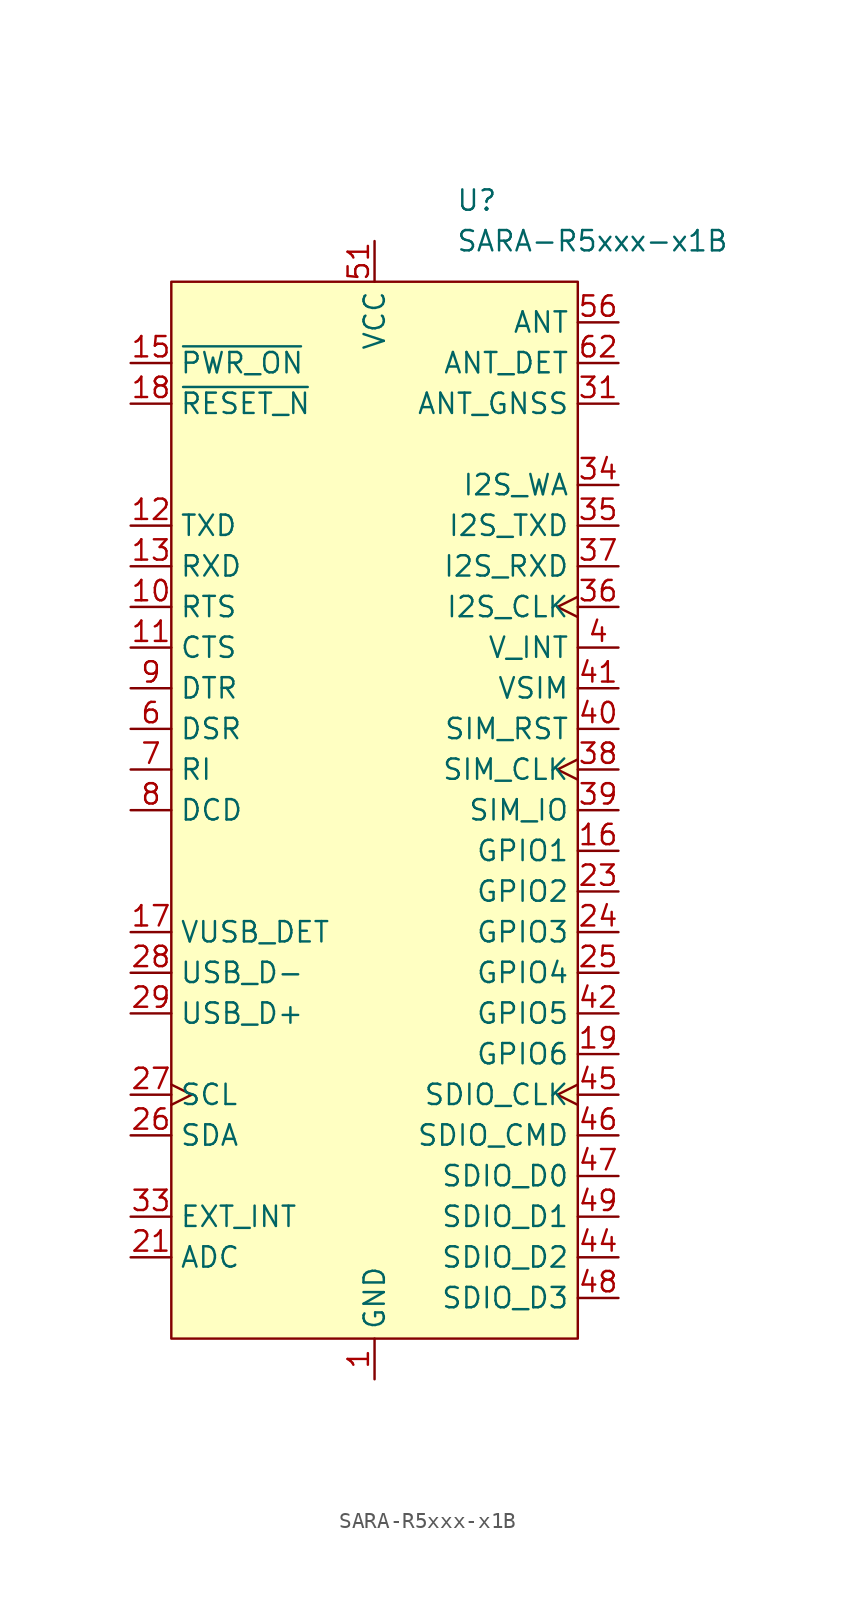
<source format=kicad_sym>
(kicad_symbol_lib
  (version 20231120)
  (generator "kicad_symbol_editor")
  (generator_version "8.0")
  (symbol "SARA-R5xxx-x1B"
    (property "Reference" "U"
      (at 5.08 38.1 0)
      (effects (font (size 1.27 1.27)) (justify left)))
    (property "Value" "SARA-R5xxx-x1B"
      (at 5.08 35.56 0)
      (effects (font (size 1.27 1.27)) (justify left)))
    (symbol "SARA-R5xxx-x1B_0_0"
      (pin power_in line (at 0 -35.56 90) (length 2.54) (name "GND" (effects (font (size 1.27 1.27)))) (number "1" (effects (font (size 1.27 1.27)))))
      (pin input line (at -15.24 12.7 0) (length 2.54) (name "RTS" (effects (font (size 1.27 1.27)))) (number "10" (effects (font (size 1.27 1.27)))))
      (pin output line (at -15.24 10.16 0) (length 2.54) (name "CTS" (effects (font (size 1.27 1.27)))) (number "11" (effects (font (size 1.27 1.27)))))
      (pin input line (at -15.24 17.78 0) (length 2.54) (name "TXD" (effects (font (size 1.27 1.27)))) (number "12" (effects (font (size 1.27 1.27)))))
      (pin output line (at -15.24 15.24 0) (length 2.54) (name "RXD" (effects (font (size 1.27 1.27)))) (number "13" (effects (font (size 1.27 1.27)))))
      (pin bidirectional line (at 15.24 -2.54 180) (length 2.54) (name "GPIO1" (effects (font (size 1.27 1.27)))) (number "16" (effects (font (size 1.27 1.27)))))
      (pin input line (at -15.24 -7.62 0) (length 2.54) (name "VUSB_DET" (effects (font (size 1.27 1.27)))) (number "17" (effects (font (size 1.27 1.27)))))
      (pin power_out line (at 15.24 10.16 180) (length 2.54) (name "V_INT" (effects (font (size 1.27 1.27)))) (number "4" (effects (font (size 1.27 1.27)))))
      (pin bidirectional line (at -15.24 5.08 0) (length 2.54) (name "DSR" (effects (font (size 1.27 1.27)))) (number "6" (effects (font (size 1.27 1.27)))))
      (pin output line (at -15.24 2.54 0) (length 2.54) (name "RI" (effects (font (size 1.27 1.27)))) (number "7" (effects (font (size 1.27 1.27)))))
      (pin output line (at -15.24 0 0) (length 2.54) (name "DCD" (effects (font (size 1.27 1.27)))) (number "8" (effects (font (size 1.27 1.27)))))
      (pin input line (at -15.24 7.62 0) (length 2.54) (name "DTR" (effects (font (size 1.27 1.27)))) (number "9" (effects (font (size 1.27 1.27))))))
    (symbol "SARA-R5xxx-x1B_1_0"
      (pin passive line (at 0 -35.56 90) (length 2.54) hide (name "GND" (effects (font (size 1.27 1.27)))) (number "14" (effects (font (size 1.27 1.27)))))
      (pin input line (at -15.24 27.94 0) (length 2.54) (name "~{PWR_ON}" (effects (font (size 1.27 1.27)))) (number "15" (effects (font (size 1.27 1.27)))))
      (pin input line (at -15.24 25.4 0) (length 2.54) (name "~{RESET_N}" (effects (font (size 1.27 1.27)))) (number "18" (effects (font (size 1.27 1.27)))))
      (pin bidirectional line (at 15.24 -15.24 180) (length 2.54) (name "GPIO6" (effects (font (size 1.27 1.27)))) (number "19" (effects (font (size 1.27 1.27)))))
      (pin no_connect line (at -12.7 -30.48 0) (length 2.54) hide (name "RSVD" (effects (font (size 1.27 1.27)))) (number "2" (effects (font (size 1.27 1.27)))))
      (pin passive line (at 0 -35.56 90) (length 2.54) hide (name "GND" (effects (font (size 1.27 1.27)))) (number "20" (effects (font (size 1.27 1.27)))))
      (pin input line (at -15.24 -27.94 0) (length 2.54) (name "ADC" (effects (font (size 1.27 1.27)))) (number "21" (effects (font (size 1.27 1.27)))))
      (pin passive line (at 0 -35.56 90) (length 2.54) hide (name "GND" (effects (font (size 1.27 1.27)))) (number "22" (effects (font (size 1.27 1.27)))))
      (pin bidirectional line (at 15.24 -5.08 180) (length 2.54) (name "GPIO2" (effects (font (size 1.27 1.27)))) (number "23" (effects (font (size 1.27 1.27)))))
      (pin bidirectional line (at 15.24 -7.62 180) (length 2.54) (name "GPIO3" (effects (font (size 1.27 1.27)))) (number "24" (effects (font (size 1.27 1.27)))))
      (pin bidirectional line (at 15.24 -10.16 180) (length 2.54) (name "GPIO4" (effects (font (size 1.27 1.27)))) (number "25" (effects (font (size 1.27 1.27)))))
      (pin bidirectional line (at -15.24 -20.32 0) (length 2.54) (name "SDA" (effects (font (size 1.27 1.27)))) (number "26" (effects (font (size 1.27 1.27)))))
      (pin output clock (at -15.24 -17.78 0) (length 2.54) (name "SCL" (effects (font (size 1.27 1.27)))) (number "27" (effects (font (size 1.27 1.27)))))
      (pin bidirectional line (at -15.24 -10.16 0) (length 2.54) (name "USB_D-" (effects (font (size 1.27 1.27)))) (number "28" (effects (font (size 1.27 1.27)))))
      (pin bidirectional line (at -15.24 -12.7 0) (length 2.54) (name "USB_D+" (effects (font (size 1.27 1.27)))) (number "29" (effects (font (size 1.27 1.27)))))
      (pin passive line (at 0 -35.56 90) (length 2.54) hide (name "GND" (effects (font (size 1.27 1.27)))) (number "3" (effects (font (size 1.27 1.27)))))
      (pin passive line (at 0 -35.56 90) (length 2.54) hide (name "GND" (effects (font (size 1.27 1.27)))) (number "30" (effects (font (size 1.27 1.27)))))
      (pin input line (at 15.24 25.4 180) (length 2.54) (name "ANT_GNSS" (effects (font (size 1.27 1.27)))) (number "31" (effects (font (size 1.27 1.27)))))
      (pin passive line (at 0 -35.56 90) (length 2.54) hide (name "GND" (effects (font (size 1.27 1.27)))) (number "32" (effects (font (size 1.27 1.27)))))
      (pin input line (at -15.24 -25.4 0) (length 2.54) (name "EXT_INT" (effects (font (size 1.27 1.27)))) (number "33" (effects (font (size 1.27 1.27)))))
      (pin output line (at 15.24 20.32 180) (length 2.54) (name "I2S_WA" (effects (font (size 1.27 1.27)))) (number "34" (effects (font (size 1.27 1.27)))))
      (pin output line (at 15.24 17.78 180) (length 2.54) (name "I2S_TXD" (effects (font (size 1.27 1.27)))) (number "35" (effects (font (size 1.27 1.27)))))
      (pin output clock (at 15.24 12.7 180) (length 2.54) (name "I2S_CLK" (effects (font (size 1.27 1.27)))) (number "36" (effects (font (size 1.27 1.27)))))
      (pin bidirectional line (at 15.24 15.24 180) (length 2.54) (name "I2S_RXD" (effects (font (size 1.27 1.27)))) (number "37" (effects (font (size 1.27 1.27)))))
      (pin output clock (at 15.24 2.54 180) (length 2.54) (name "SIM_CLK" (effects (font (size 1.27 1.27)))) (number "38" (effects (font (size 1.27 1.27)))))
      (pin bidirectional line (at 15.24 0 180) (length 2.54) (name "SIM_IO" (effects (font (size 1.27 1.27)))) (number "39" (effects (font (size 1.27 1.27)))))
      (pin output line (at 15.24 5.08 180) (length 2.54) (name "SIM_RST" (effects (font (size 1.27 1.27)))) (number "40" (effects (font (size 1.27 1.27)))))
      (pin power_out line (at 15.24 7.62 180) (length 2.54) (name "VSIM" (effects (font (size 1.27 1.27)))) (number "41" (effects (font (size 1.27 1.27)))))
      (pin bidirectional line (at 15.24 -12.7 180) (length 2.54) (name "GPIO5" (effects (font (size 1.27 1.27)))) (number "42" (effects (font (size 1.27 1.27)))))
      (pin passive line (at 0 -35.56 90) (length 2.54) hide (name "GND" (effects (font (size 1.27 1.27)))) (number "43" (effects (font (size 1.27 1.27)))))
      (pin bidirectional line (at 15.24 -27.94 180) (length 2.54) (name "SDIO_D2" (effects (font (size 1.27 1.27)))) (number "44" (effects (font (size 1.27 1.27)))))
      (pin output clock (at 15.24 -17.78 180) (length 2.54) (name "SDIO_CLK" (effects (font (size 1.27 1.27)))) (number "45" (effects (font (size 1.27 1.27)))))
      (pin bidirectional line (at 15.24 -20.32 180) (length 2.54) (name "SDIO_CMD" (effects (font (size 1.27 1.27)))) (number "46" (effects (font (size 1.27 1.27)))))
      (pin bidirectional line (at 15.24 -22.86 180) (length 2.54) (name "SDIO_D0" (effects (font (size 1.27 1.27)))) (number "47" (effects (font (size 1.27 1.27)))))
      (pin bidirectional line (at 15.24 -30.48 180) (length 2.54) (name "SDIO_D3" (effects (font (size 1.27 1.27)))) (number "48" (effects (font (size 1.27 1.27)))))
      (pin bidirectional line (at 15.24 -25.4 180) (length 2.54) (name "SDIO_D1" (effects (font (size 1.27 1.27)))) (number "49" (effects (font (size 1.27 1.27)))))
      (pin passive line (at 0 -35.56 90) (length 2.54) hide (name "GND" (effects (font (size 1.27 1.27)))) (number "5" (effects (font (size 1.27 1.27)))))
      (pin passive line (at 0 -35.56 90) (length 2.54) hide (name "GND" (effects (font (size 1.27 1.27)))) (number "50" (effects (font (size 1.27 1.27)))))
      (pin power_in line (at 0 35.56 270) (length 2.54) (name "VCC" (effects (font (size 1.27 1.27)))) (number "51" (effects (font (size 1.27 1.27)))))
      (pin passive line (at 0 35.56 270) (length 2.54) hide (name "VCC" (effects (font (size 1.27 1.27)))) (number "52" (effects (font (size 1.27 1.27)))))
      (pin passive line (at 0 35.56 270) (length 2.54) hide (name "VCC" (effects (font (size 1.27 1.27)))) (number "53" (effects (font (size 1.27 1.27)))))
      (pin passive line (at 0 -35.56 90) (length 2.54) hide (name "GND" (effects (font (size 1.27 1.27)))) (number "54" (effects (font (size 1.27 1.27)))))
      (pin passive line (at 0 -35.56 90) (length 2.54) hide (name "GND" (effects (font (size 1.27 1.27)))) (number "55" (effects (font (size 1.27 1.27)))))
      (pin bidirectional line (at 15.24 30.48 180) (length 2.54) (name "ANT" (effects (font (size 1.27 1.27)))) (number "56" (effects (font (size 1.27 1.27)))))
      (pin passive line (at 0 -35.56 90) (length 2.54) hide (name "GND" (effects (font (size 1.27 1.27)))) (number "57" (effects (font (size 1.27 1.27)))))
      (pin passive line (at 0 -35.56 90) (length 2.54) hide (name "GND" (effects (font (size 1.27 1.27)))) (number "58" (effects (font (size 1.27 1.27)))))
      (pin passive line (at 0 -35.56 90) (length 2.54) hide (name "GND" (effects (font (size 1.27 1.27)))) (number "59" (effects (font (size 1.27 1.27)))))
      (pin passive line (at 0 -35.56 90) (length 2.54) hide (name "GND" (effects (font (size 1.27 1.27)))) (number "60" (effects (font (size 1.27 1.27)))))
      (pin passive line (at 0 -35.56 90) (length 2.54) hide (name "GND" (effects (font (size 1.27 1.27)))) (number "61" (effects (font (size 1.27 1.27)))))
      (pin input line (at 15.24 27.94 180) (length 2.54) (name "ANT_DET" (effects (font (size 1.27 1.27)))) (number "62" (effects (font (size 1.27 1.27)))))
      (pin passive line (at 0 -35.56 90) (length 2.54) hide (name "GND" (effects (font (size 1.27 1.27)))) (number "63" (effects (font (size 1.27 1.27)))))
      (pin passive line (at 0 -35.56 90) (length 2.54) hide (name "GND" (effects (font (size 1.27 1.27)))) (number "64" (effects (font (size 1.27 1.27)))))
      (pin passive line (at 0 -35.56 90) (length 2.54) hide (name "GND" (effects (font (size 1.27 1.27)))) (number "65" (effects (font (size 1.27 1.27)))))
      (pin passive line (at 0 -35.56 90) (length 2.54) hide (name "GND" (effects (font (size 1.27 1.27)))) (number "66" (effects (font (size 1.27 1.27)))))
      (pin passive line (at 0 -35.56 90) (length 2.54) hide (name "GND" (effects (font (size 1.27 1.27)))) (number "67" (effects (font (size 1.27 1.27)))))
      (pin passive line (at 0 -35.56 90) (length 2.54) hide (name "GND" (effects (font (size 1.27 1.27)))) (number "68" (effects (font (size 1.27 1.27)))))
      (pin passive line (at 0 -35.56 90) (length 2.54) hide (name "GND" (effects (font (size 1.27 1.27)))) (number "69" (effects (font (size 1.27 1.27)))))
      (pin passive line (at 0 -35.56 90) (length 2.54) hide (name "GND" (effects (font (size 1.27 1.27)))) (number "70" (effects (font (size 1.27 1.27)))))
      (pin passive line (at 0 -35.56 90) (length 2.54) hide (name "GND" (effects (font (size 1.27 1.27)))) (number "71" (effects (font (size 1.27 1.27)))))
      (pin passive line (at 0 -35.56 90) (length 2.54) hide (name "GND" (effects (font (size 1.27 1.27)))) (number "72" (effects (font (size 1.27 1.27)))))
      (pin passive line (at 0 -35.56 90) (length 2.54) hide (name "GND" (effects (font (size 1.27 1.27)))) (number "73" (effects (font (size 1.27 1.27)))))
      (pin passive line (at 0 -35.56 90) (length 2.54) hide (name "GND" (effects (font (size 1.27 1.27)))) (number "74" (effects (font (size 1.27 1.27)))))
      (pin passive line (at 0 -35.56 90) (length 2.54) hide (name "GND" (effects (font (size 1.27 1.27)))) (number "75" (effects (font (size 1.27 1.27)))))
      (pin passive line (at 0 -35.56 90) (length 2.54) hide (name "GND" (effects (font (size 1.27 1.27)))) (number "76" (effects (font (size 1.27 1.27)))))
      (pin passive line (at 0 -35.56 90) (length 2.54) hide (name "GND" (effects (font (size 1.27 1.27)))) (number "77" (effects (font (size 1.27 1.27)))))
      (pin passive line (at 0 -35.56 90) (length 2.54) hide (name "GND" (effects (font (size 1.27 1.27)))) (number "78" (effects (font (size 1.27 1.27)))))
      (pin passive line (at 0 -35.56 90) (length 2.54) hide (name "GND" (effects (font (size 1.27 1.27)))) (number "79" (effects (font (size 1.27 1.27)))))
      (pin passive line (at 0 -35.56 90) (length 2.54) hide (name "GND" (effects (font (size 1.27 1.27)))) (number "80" (effects (font (size 1.27 1.27)))))
      (pin passive line (at 0 -35.56 90) (length 2.54) hide (name "GND" (effects (font (size 1.27 1.27)))) (number "81" (effects (font (size 1.27 1.27)))))
      (pin passive line (at 0 -35.56 90) (length 2.54) hide (name "GND" (effects (font (size 1.27 1.27)))) (number "82" (effects (font (size 1.27 1.27)))))
      (pin passive line (at 0 -35.56 90) (length 2.54) hide (name "GND" (effects (font (size 1.27 1.27)))) (number "83" (effects (font (size 1.27 1.27)))))
      (pin passive line (at 0 -35.56 90) (length 2.54) hide (name "GND" (effects (font (size 1.27 1.27)))) (number "84" (effects (font (size 1.27 1.27)))))
      (pin passive line (at 0 -35.56 90) (length 2.54) hide (name "GND" (effects (font (size 1.27 1.27)))) (number "85" (effects (font (size 1.27 1.27)))))
      (pin passive line (at 0 -35.56 90) (length 2.54) hide (name "GND" (effects (font (size 1.27 1.27)))) (number "86" (effects (font (size 1.27 1.27)))))
      (pin passive line (at 0 -35.56 90) (length 2.54) hide (name "GND" (effects (font (size 1.27 1.27)))) (number "87" (effects (font (size 1.27 1.27)))))
      (pin passive line (at 0 -35.56 90) (length 2.54) hide (name "GND" (effects (font (size 1.27 1.27)))) (number "88" (effects (font (size 1.27 1.27)))))
      (pin passive line (at 0 -35.56 90) (length 2.54) hide (name "GND" (effects (font (size 1.27 1.27)))) (number "89" (effects (font (size 1.27 1.27)))))
      (pin passive line (at 0 -35.56 90) (length 2.54) hide (name "GND" (effects (font (size 1.27 1.27)))) (number "90" (effects (font (size 1.27 1.27)))))
      (pin passive line (at 0 -35.56 90) (length 2.54) hide (name "GND" (effects (font (size 1.27 1.27)))) (number "91" (effects (font (size 1.27 1.27)))))
      (pin passive line (at 0 -35.56 90) (length 2.54) hide (name "GND" (effects (font (size 1.27 1.27)))) (number "92" (effects (font (size 1.27 1.27)))))
      (pin passive line (at 0 -35.56 90) (length 2.54) hide (name "GND" (effects (font (size 1.27 1.27)))) (number "93" (effects (font (size 1.27 1.27)))))
      (pin passive line (at 0 -35.56 90) (length 2.54) hide (name "GND" (effects (font (size 1.27 1.27)))) (number "94" (effects (font (size 1.27 1.27)))))
      (pin passive line (at 0 -35.56 90) (length 2.54) hide (name "GND" (effects (font (size 1.27 1.27)))) (number "95" (effects (font (size 1.27 1.27)))))
      (pin passive line (at 0 -35.56 90) (length 2.54) hide (name "GND" (effects (font (size 1.27 1.27)))) (number "96" (effects (font (size 1.27 1.27))))))
    (symbol "SARA-R5xxx-x1B_1_1"
      (rectangle (start -12.7 33.02) (end 12.7 -33.02) (stroke (width 0) (type default)) (fill (type background))))))
</source>
